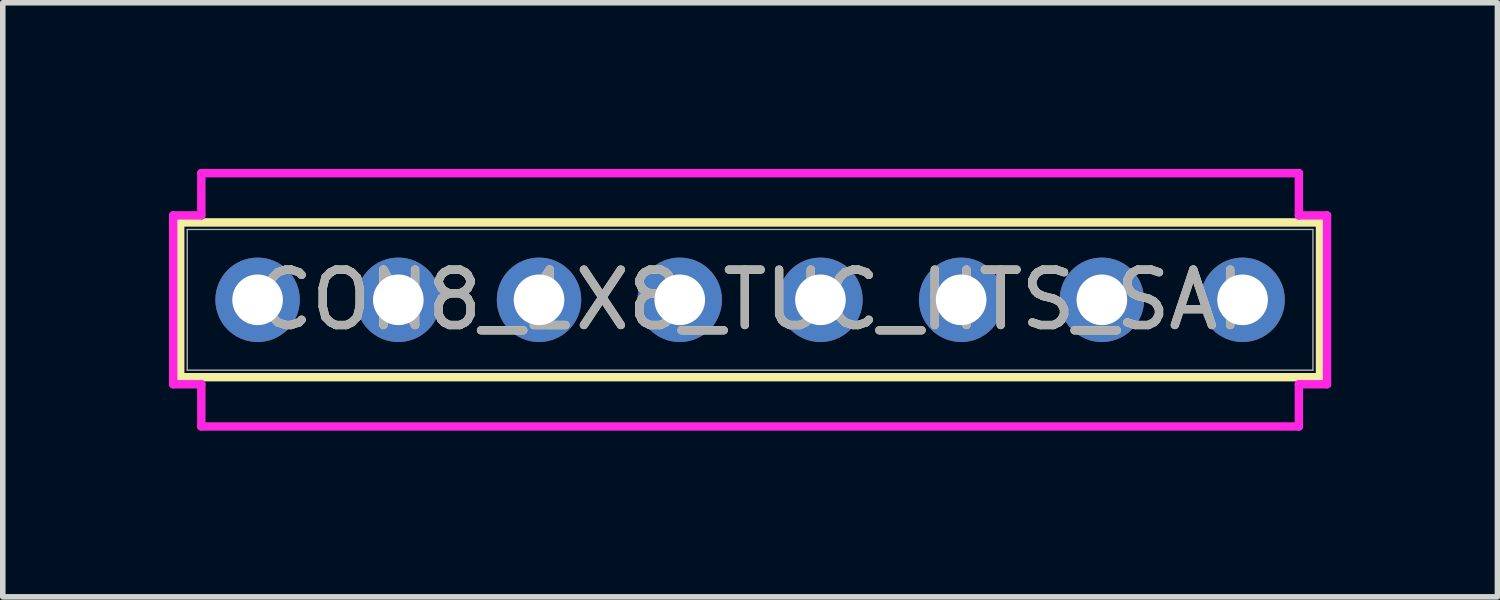
<source format=kicad_pcb>
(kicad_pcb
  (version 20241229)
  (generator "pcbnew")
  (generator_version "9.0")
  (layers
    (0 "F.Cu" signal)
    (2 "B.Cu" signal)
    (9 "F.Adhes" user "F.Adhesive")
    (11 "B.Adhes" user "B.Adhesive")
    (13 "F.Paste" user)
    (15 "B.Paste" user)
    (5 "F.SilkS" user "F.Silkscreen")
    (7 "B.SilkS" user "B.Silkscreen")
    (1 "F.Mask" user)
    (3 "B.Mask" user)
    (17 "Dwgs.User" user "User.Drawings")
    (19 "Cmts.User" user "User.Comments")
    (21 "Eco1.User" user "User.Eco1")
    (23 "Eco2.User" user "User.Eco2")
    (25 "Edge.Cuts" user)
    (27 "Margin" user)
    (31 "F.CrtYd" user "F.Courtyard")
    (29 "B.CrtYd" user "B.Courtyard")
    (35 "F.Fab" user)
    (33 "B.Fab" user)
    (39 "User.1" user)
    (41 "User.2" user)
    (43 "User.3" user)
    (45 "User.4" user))
  (footprint "CON8_1X8_TUC_HTS_SAI"
    (layer "F.Cu")
    (at 10.49 2.362)
    (property "Reference" "CON8_1X8_TUC_HTS_SAI" (at 0 0 0) (unlocked yes) (layer "F.SilkS") (effects (font (size 1 1) (thickness 0.15))))
    (attr through_hole)
    (fp_line (start -10.287 -1.397) (end -10.287 1.397) (stroke (width 0.152) (type solid)) (layer "F.SilkS"))
    (fp_line (start -10.287 1.397) (end 10.287 1.397) (stroke (width 0.152) (type solid)) (layer "F.SilkS"))
    (fp_line (start 10.287 -1.397) (end -10.287 -1.397) (stroke (width 0.152) (type solid)) (layer "F.SilkS"))
    (fp_line (start 10.287 1.397) (end 10.287 -1.397) (stroke (width 0.152) (type solid)) (layer "F.SilkS"))
    (fp_line (start -10.414 -1.524) (end -10.414 1.524) (stroke (width 0.152) (type solid)) (layer "F.CrtYd"))
    (fp_line (start -10.414 1.524) (end -9.906 1.524) (stroke (width 0.152) (type solid)) (layer "F.CrtYd"))
    (fp_line (start -9.906 -2.286) (end -9.906 -1.524) (stroke (width 0.152) (type solid)) (layer "F.CrtYd"))
    (fp_line (start -9.906 -1.524) (end -10.414 -1.524) (stroke (width 0.152) (type solid)) (layer "F.CrtYd"))
    (fp_line (start -9.906 1.524) (end -9.906 2.286) (stroke (width 0.152) (type solid)) (layer "F.CrtYd"))
    (fp_line (start -9.906 2.286) (end 9.906 2.286) (stroke (width 0.152) (type solid)) (layer "F.CrtYd"))
    (fp_line (start 9.906 -2.286) (end -9.906 -2.286) (stroke (width 0.152) (type solid)) (layer "F.CrtYd"))
    (fp_line (start 9.906 -1.524) (end 9.906 -2.286) (stroke (width 0.152) (type solid)) (layer "F.CrtYd"))
    (fp_line (start 9.906 1.524) (end 10.414 1.524) (stroke (width 0.152) (type solid)) (layer "F.CrtYd"))
    (fp_line (start 9.906 2.286) (end 9.906 1.524) (stroke (width 0.152) (type solid)) (layer "F.CrtYd"))
    (fp_line (start 10.414 -1.524) (end 9.906 -1.524) (stroke (width 0.152) (type solid)) (layer "F.CrtYd"))
    (fp_line (start 10.414 1.524) (end 10.414 -1.524) (stroke (width 0.152) (type solid)) (layer "F.CrtYd"))
    (fp_line (start -10.16 -1.27) (end -10.16 1.27) (stroke (width 0.025) (type solid)) (layer "F.Fab"))
    (fp_line (start -10.16 1.27) (end 10.16 1.27) (stroke (width 0.025) (type solid)) (layer "F.Fab"))
    (fp_line (start 10.16 -1.27) (end -10.16 -1.27) (stroke (width 0.025) (type solid)) (layer "F.Fab"))
    (fp_line (start 10.16 1.27) (end 10.16 -1.27) (stroke (width 0.025) (type solid)) (layer "F.Fab"))
    (fp_circle (center -8.89 0) (end -8.636 0) (stroke (width 0.025) (type solid)) (fill no) (layer "F.Fab"))
    (fp_text user "${REFERENCE}" (at 0 0 0) (unlocked yes) (layer "F.Fab") (effects (font (size 1 1) (thickness 0.15))))
    (pad "1" thru_hole circle (at -8.89 0 90) (size 1.524 1.524) (drill 0.914) (layers "*.Cu" "*.Mask"))
    (pad "2" thru_hole circle (at -6.35 0 90) (size 1.524 1.524) (drill 0.914) (layers "*.Cu" "*.Mask"))
    (pad "3" thru_hole circle (at -3.81 0 90) (size 1.524 1.524) (drill 0.914) (layers "*.Cu" "*.Mask"))
    (pad "4" thru_hole circle (at -1.27 0 90) (size 1.524 1.524) (drill 0.914) (layers "*.Cu" "*.Mask"))
    (pad "5" thru_hole circle (at 1.27 0 90) (size 1.524 1.524) (drill 0.914) (layers "*.Cu" "*.Mask"))
    (pad "6" thru_hole circle (at 3.81 0 90) (size 1.524 1.524) (drill 0.914) (layers "*.Cu" "*.Mask"))
    (pad "7" thru_hole circle (at 6.35 0 90) (size 1.524 1.524) (drill 0.914) (layers "*.Cu" "*.Mask"))
    (pad "8" thru_hole circle (at 8.89 0 90) (size 1.524 1.524) (drill 0.914) (layers "*.Cu" "*.Mask")))
  (gr_rect
    (start -3 -3)
    (end 23.98 7.724)
    (stroke (width 0.1) (type default))
    (fill no)
    (layer "Edge.Cuts")))
</source>
